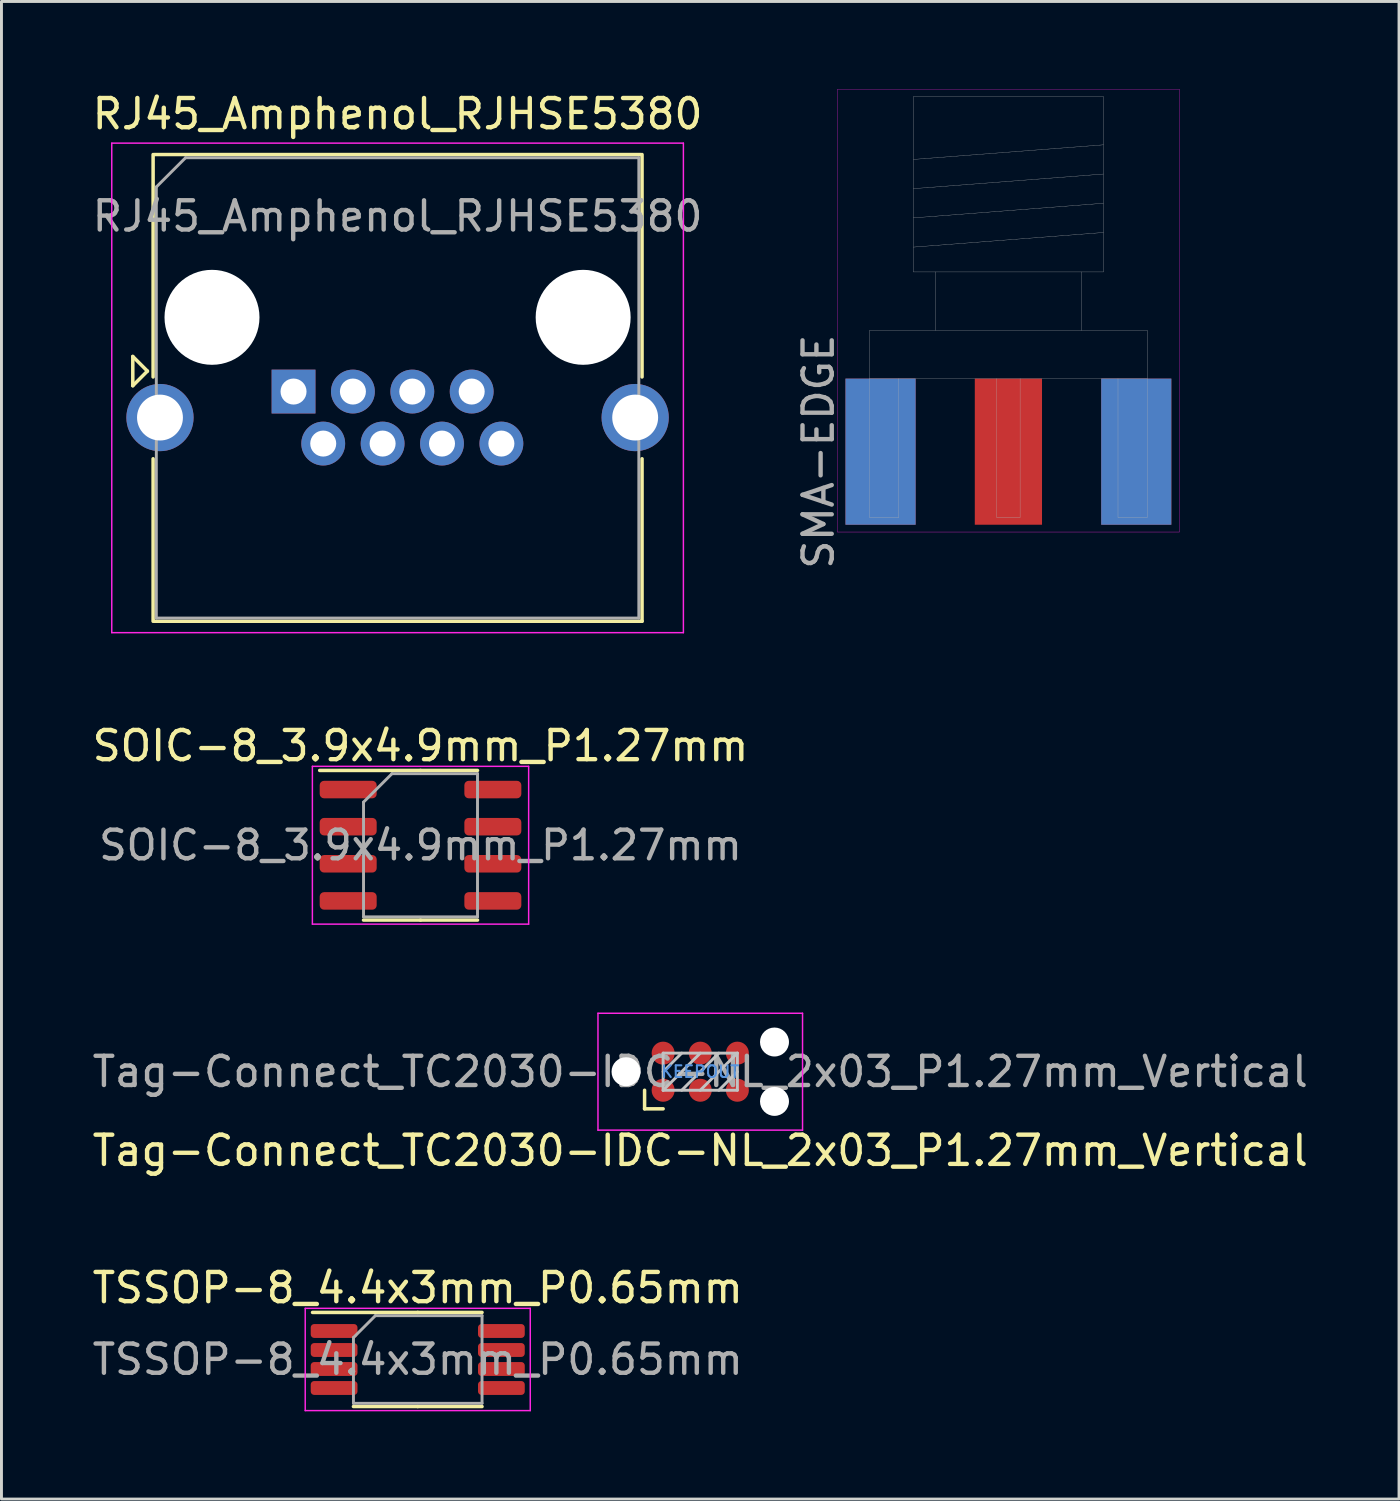
<source format=kicad_pcb>
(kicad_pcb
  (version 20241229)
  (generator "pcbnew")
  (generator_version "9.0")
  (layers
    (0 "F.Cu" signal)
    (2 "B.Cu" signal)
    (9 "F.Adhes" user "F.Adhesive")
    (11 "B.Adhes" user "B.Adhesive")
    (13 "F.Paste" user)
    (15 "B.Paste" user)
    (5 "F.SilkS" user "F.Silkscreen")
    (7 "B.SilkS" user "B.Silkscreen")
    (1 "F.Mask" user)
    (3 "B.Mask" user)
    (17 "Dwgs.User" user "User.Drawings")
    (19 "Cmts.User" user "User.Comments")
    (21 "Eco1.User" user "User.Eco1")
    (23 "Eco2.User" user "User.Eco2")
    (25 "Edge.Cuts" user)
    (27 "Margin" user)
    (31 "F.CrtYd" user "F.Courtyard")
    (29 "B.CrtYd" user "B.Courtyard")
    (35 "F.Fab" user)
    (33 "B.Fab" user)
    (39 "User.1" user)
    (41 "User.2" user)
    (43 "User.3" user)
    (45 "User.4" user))
  (footprint "SMA-EDGE"
    (layer "F.Cu")
    (at 31.455 12.405)
    (property "Reference" "SMA-EDGE" (at -6.5 0 90) (layer "F.Fab") (effects (font (size 1 1) (thickness 0.15))))
    (attr through_hole)
    (fp_line (start -5.85 -12.4) (end -5.85 2.75) (stroke (width 0.01) (type solid)) (layer "F.CrtYd"))
    (fp_line (start -5.85 2.75) (end 5.85 2.75) (stroke (width 0.01) (type solid)) (layer "F.CrtYd"))
    (fp_line (start 5.85 -12.4) (end -5.85 -12.4) (stroke (width 0.01) (type solid)) (layer "F.CrtYd"))
    (fp_line (start 5.85 2.75) (end 5.85 -12.4) (stroke (width 0.01) (type solid)) (layer "F.CrtYd"))
    (fp_line (start -4.75 -4.15) (end 4.75 -4.15) (stroke (width 0.01) (type solid)) (layer "F.Fab"))
    (fp_line (start -4.75 -2.5) (end -4.75 -4.15) (stroke (width 0.01) (type solid)) (layer "F.Fab"))
    (fp_line (start -4.75 -2.5) (end -4.75 2.25) (stroke (width 0.01) (type solid)) (layer "F.Fab"))
    (fp_line (start -4.75 -2.5) (end 4.75 -2.5) (stroke (width 0.01) (type solid)) (layer "F.Fab"))
    (fp_line (start -4.75 2.25) (end -3.75 2.25) (stroke (width 0.01) (type solid)) (layer "F.Fab"))
    (fp_line (start -3.75 2.25) (end -3.75 -2.5) (stroke (width 0.01) (type solid)) (layer "F.Fab"))
    (fp_line (start -3.25 -12.15) (end 3.25 -12.15) (stroke (width 0.01) (type solid)) (layer "F.Fab"))
    (fp_line (start -3.25 -6.15) (end -3.25 -12.15) (stroke (width 0.01) (type solid)) (layer "F.Fab"))
    (fp_line (start -2.5 -4.15) (end -2.5 -6.15) (stroke (width 0.01) (type solid)) (layer "F.Fab"))
    (fp_line (start -0.4 -2.5) (end -0.4 2.25) (stroke (width 0.01) (type solid)) (layer "F.Fab"))
    (fp_line (start -0.4 2.25) (end 0.4 2.25) (stroke (width 0.01) (type solid)) (layer "F.Fab"))
    (fp_line (start 0.4 2.25) (end 0.4 -2.5) (stroke (width 0.01) (type solid)) (layer "F.Fab"))
    (fp_line (start 2.5 -6.15) (end 2.5 -4.15) (stroke (width 0.01) (type solid)) (layer "F.Fab"))
    (fp_line (start 3.25 -12.15) (end 3.25 -6.15) (stroke (width 0.01) (type solid)) (layer "F.Fab"))
    (fp_line (start 3.25 -10.5) (end -3.25 -10) (stroke (width 0.01) (type solid)) (layer "F.Fab"))
    (fp_line (start 3.25 -9.5) (end -3.25 -9) (stroke (width 0.01) (type solid)) (layer "F.Fab"))
    (fp_line (start 3.25 -8.5) (end -3.25 -8) (stroke (width 0.01) (type solid)) (layer "F.Fab"))
    (fp_line (start 3.25 -7.5) (end -3.25 -7) (stroke (width 0.01) (type solid)) (layer "F.Fab"))
    (fp_line (start 3.25 -6.15) (end -3.25 -6.15) (stroke (width 0.01) (type solid)) (layer "F.Fab"))
    (fp_line (start 3.75 2.25) (end 3.75 -2.5) (stroke (width 0.01) (type solid)) (layer "F.Fab"))
    (fp_line (start 4.75 -4.15) (end 4.75 -2.5) (stroke (width 0.01) (type solid)) (layer "F.Fab"))
    (fp_line (start 4.75 -2.5) (end 4.75 2.25) (stroke (width 0.01) (type solid)) (layer "F.Fab"))
    (fp_line (start 4.75 2.25) (end 3.75 2.25) (stroke (width 0.01) (type solid)) (layer "F.Fab"))
    (pad "1" smd rect (at 0 0) (size 2.3 5) (layers "F.Cu" "F.Mask" "F.Paste"))
    (pad "2" smd rect (at -4.375 0) (size 2.4 5) (layers "F.Cu" "F.Mask" "F.Paste"))
    (pad "2" smd rect (at -4.375 0) (size 2.4 5) (layers "B.Cu" "B.Mask" "B.Paste"))
    (pad "2" smd rect (at 4.375 0) (size 2.4 5) (layers "F.Cu" "F.Mask" "F.Paste"))
    (pad "2" smd rect (at 4.375 0) (size 2.4 5) (layers "B.Cu" "B.Mask" "B.Paste")))
  (footprint "RJ45_Amphenol_RJHSE5380"
    (layer "F.Cu")
    (at 6.994 10.348)
    (property "Reference" "RJ45_Amphenol_RJHSE5380" (at 3.56 -9.5 0) (layer "F.SilkS") (effects (font (size 1 1) (thickness 0.15))))
    (attr through_hole)
    (fp_line (start -5.5 -1.2) (end -5 -0.7) (stroke (width 0.12) (type solid)) (layer "F.SilkS"))
    (fp_line (start -5.5 -0.2) (end -5.5 -1.2) (stroke (width 0.12) (type solid)) (layer "F.SilkS"))
    (fp_line (start -5 -0.7) (end -5.5 -0.2) (stroke (width 0.12) (type solid)) (layer "F.SilkS"))
    (fp_line (start -4.805 -8.11) (end -4.805 -0.5) (stroke (width 0.12) (type solid)) (layer "F.SilkS"))
    (fp_line (start -4.805 7.86) (end -4.805 2.3) (stroke (width 0.12) (type solid)) (layer "F.SilkS"))
    (fp_line (start -4.76 -8.11) (end 11.88 -8.11) (stroke (width 0.12) (type solid)) (layer "F.SilkS"))
    (fp_line (start -4.76 7.86) (end 11.925 7.86) (stroke (width 0.12) (type solid)) (layer "F.SilkS"))
    (fp_line (start 11.925 -8.11) (end 11.925 -0.5) (stroke (width 0.12) (type solid)) (layer "F.SilkS"))
    (fp_line (start 11.925 7.86) (end 11.925 2.3) (stroke (width 0.12) (type solid)) (layer "F.SilkS"))
    (fp_line (start -6.22 -8.5) (end -6.22 8.25) (stroke (width 0.05) (type solid)) (layer "F.CrtYd"))
    (fp_line (start -6.22 -8.5) (end 13.34 -8.5) (stroke (width 0.05) (type solid)) (layer "F.CrtYd"))
    (fp_line (start -6.22 8.25) (end 13.34 8.25) (stroke (width 0.05) (type solid)) (layer "F.CrtYd"))
    (fp_line (start 13.34 -8.5) (end 13.34 8.25) (stroke (width 0.05) (type solid)) (layer "F.CrtYd"))
    (fp_line (start -4.695 -7) (end -4.695 7.75) (stroke (width 0.1) (type solid)) (layer "F.Fab"))
    (fp_line (start -4.695 -7) (end -3.695 -8) (stroke (width 0.1) (type solid)) (layer "F.Fab"))
    (fp_line (start -4.695 7.75) (end 11.815 7.75) (stroke (width 0.1) (type solid)) (layer "F.Fab"))
    (fp_line (start -3.695 -8) (end 11.815 -8) (stroke (width 0.1) (type solid)) (layer "F.Fab"))
    (fp_line (start 11.815 -8) (end 11.815 7.75) (stroke (width 0.1) (type solid)) (layer "F.Fab"))
    (fp_text user "${REFERENCE}" (at 3.56 -6 0) (layer "F.Fab") (effects (font (size 1 1) (thickness 0.15))))
    (pad "" np_thru_hole circle (at -2.79 -2.54) (size 3.25 3.25) (drill 3.25) (layers "*.Cu" "*.Mask"))
    (pad "" np_thru_hole circle (at 9.91 -2.54) (size 3.25 3.25) (drill 3.25) (layers "*.Cu" "*.Mask"))
    (pad "1" thru_hole rect (at 0 0) (size 1.5 1.5) (drill 0.89) (layers "*.Cu" "*.Mask"))
    (pad "2" thru_hole circle (at 1.016 1.78) (size 1.5 1.5) (drill 0.89) (layers "*.Cu" "*.Mask"))
    (pad "3" thru_hole circle (at 2.032 0) (size 1.5 1.5) (drill 0.89) (layers "*.Cu" "*.Mask"))
    (pad "4" thru_hole circle (at 3.048 1.78) (size 1.5 1.5) (drill 0.89) (layers "*.Cu" "*.Mask"))
    (pad "5" thru_hole circle (at 4.064 0) (size 1.5 1.5) (drill 0.89) (layers "*.Cu" "*.Mask"))
    (pad "6" thru_hole circle (at 5.08 1.78) (size 1.5 1.5) (drill 0.89) (layers "*.Cu" "*.Mask"))
    (pad "7" thru_hole circle (at 6.096 0) (size 1.5 1.5) (drill 0.89) (layers "*.Cu" "*.Mask"))
    (pad "8" thru_hole circle (at 7.112 1.78) (size 1.5 1.5) (drill 0.89) (layers "*.Cu" "*.Mask"))
    (pad "SH" thru_hole circle (at -4.57 0.89) (size 2.3 2.3) (drill 1.57) (layers "*.Cu" "*.Mask"))
    (pad "SH" thru_hole circle (at 11.69 0.89) (size 2.3 2.3) (drill 1.57) (layers "*.Cu" "*.Mask")))
  (footprint "Tag-Connect_TC2030-IDC-NL_2x03_P1.27mm_Vertical"
    (layer "F.Cu")
    (at 20.911 33.621)
    (property "Reference" "Tag-Connect_TC2030-IDC-NL_2x03_P1.27mm_Vertical" (at 0 2.7 0) (layer "F.SilkS") (effects (font (size 1 1) (thickness 0.15))))
    (attr exclude_from_pos_files exclude_from_bom)
    (fp_line (start -1.905 1.27) (end -1.905 0.635) (stroke (width 0.12) (type solid)) (layer "F.SilkS"))
    (fp_line (start -1.27 1.27) (end -1.905 1.27) (stroke (width 0.12) (type solid)) (layer "F.SilkS"))
    (fp_line (start -1.27 -0.635) (end 1.27 -0.635) (stroke (width 0.1) (type solid)) (layer "Dwgs.User"))
    (fp_line (start -1.27 0) (end -0.635 -0.635) (stroke (width 0.1) (type solid)) (layer "Dwgs.User"))
    (fp_line (start -1.27 0.635) (end -1.27 -0.635) (stroke (width 0.1) (type solid)) (layer "Dwgs.User"))
    (fp_line (start -1.27 0.635) (end 0 -0.635) (stroke (width 0.1) (type solid)) (layer "Dwgs.User"))
    (fp_line (start -0.635 0.635) (end 0.635 -0.635) (stroke (width 0.1) (type solid)) (layer "Dwgs.User"))
    (fp_line (start 0 0.635) (end 1.27 -0.635) (stroke (width 0.1) (type solid)) (layer "Dwgs.User"))
    (fp_line (start 0.635 0.635) (end 1.27 0) (stroke (width 0.1) (type solid)) (layer "Dwgs.User"))
    (fp_line (start 1.27 -0.635) (end 1.27 0.635) (stroke (width 0.1) (type solid)) (layer "Dwgs.User"))
    (fp_line (start 1.27 0.635) (end -1.27 0.635) (stroke (width 0.1) (type solid)) (layer "Dwgs.User"))
    (fp_line (start -3.5 -2) (end 3.5 -2) (stroke (width 0.05) (type solid)) (layer "F.CrtYd"))
    (fp_line (start -3.5 2) (end -3.5 -2) (stroke (width 0.05) (type solid)) (layer "F.CrtYd"))
    (fp_line (start 3.5 -2) (end 3.5 2) (stroke (width 0.05) (type solid)) (layer "F.CrtYd"))
    (fp_line (start 3.5 2) (end -3.5 2) (stroke (width 0.05) (type solid)) (layer "F.CrtYd"))
    (fp_text user "KEEPOUT" (at 0 0 0) (layer "Cmts.User") (effects (font (size 0.4 0.4) (thickness 0.07))))
    (fp_text user "${REFERENCE}" (at 0 0 0) (layer "F.Fab") (effects (font (size 1 1) (thickness 0.15))))
    (pad "" np_thru_hole circle (at -2.54 0) (size 0.991 0.991) (drill 0.991) (layers "*.Cu" "*.Mask"))
    (pad "" np_thru_hole circle (at 2.54 -1.016) (size 0.991 0.991) (drill 0.991) (layers "*.Cu" "*.Mask"))
    (pad "" np_thru_hole circle (at 2.54 1.016) (size 0.991 0.991) (drill 0.991) (layers "*.Cu" "*.Mask"))
    (pad "1" connect circle (at -1.27 0.635) (size 0.787 0.787) (layers "F.Cu" "F.Mask"))
    (pad "2" connect circle (at -1.27 -0.635) (size 0.787 0.787) (layers "F.Cu" "F.Mask"))
    (pad "3" connect circle (at 0 0.635) (size 0.787 0.787) (layers "F.Cu" "F.Mask"))
    (pad "4" connect circle (at 0 -0.635) (size 0.787 0.787) (layers "F.Cu" "F.Mask"))
    (pad "5" connect circle (at 1.27 0.635) (size 0.787 0.787) (layers "F.Cu" "F.Mask"))
    (pad "6" connect circle (at 1.27 -0.635) (size 0.787 0.787) (layers "F.Cu" "F.Mask")))
  (footprint "TSSOP-8_4.4x3mm_P0.65mm"
    (layer "F.Cu")
    (at 11.244 43.468)
    (property "Reference" "TSSOP-8_4.4x3mm_P0.65mm" (at 0 -2.45 0) (layer "F.SilkS") (effects (font (size 1 1) (thickness 0.15))))
    (attr smd)
    (fp_line (start 0 -1.61) (end -3.6 -1.61) (stroke (width 0.12) (type solid)) (layer "F.SilkS"))
    (fp_line (start 0 -1.61) (end 2.2 -1.61) (stroke (width 0.12) (type solid)) (layer "F.SilkS"))
    (fp_line (start 0 1.61) (end -2.2 1.61) (stroke (width 0.12) (type solid)) (layer "F.SilkS"))
    (fp_line (start 0 1.61) (end 2.2 1.61) (stroke (width 0.12) (type solid)) (layer "F.SilkS"))
    (fp_line (start -3.85 -1.75) (end -3.85 1.75) (stroke (width 0.05) (type solid)) (layer "F.CrtYd"))
    (fp_line (start -3.85 1.75) (end 3.85 1.75) (stroke (width 0.05) (type solid)) (layer "F.CrtYd"))
    (fp_line (start 3.85 -1.75) (end -3.85 -1.75) (stroke (width 0.05) (type solid)) (layer "F.CrtYd"))
    (fp_line (start 3.85 1.75) (end 3.85 -1.75) (stroke (width 0.05) (type solid)) (layer "F.CrtYd"))
    (fp_line (start -2.2 -0.75) (end -1.45 -1.5) (stroke (width 0.1) (type solid)) (layer "F.Fab"))
    (fp_line (start -2.2 1.5) (end -2.2 -0.75) (stroke (width 0.1) (type solid)) (layer "F.Fab"))
    (fp_line (start -1.45 -1.5) (end 2.2 -1.5) (stroke (width 0.1) (type solid)) (layer "F.Fab"))
    (fp_line (start 2.2 -1.5) (end 2.2 1.5) (stroke (width 0.1) (type solid)) (layer "F.Fab"))
    (fp_line (start 2.2 1.5) (end -2.2 1.5) (stroke (width 0.1) (type solid)) (layer "F.Fab"))
    (fp_text user "${REFERENCE}" (at 0 0 0) (layer "F.Fab") (effects (font (size 1 1) (thickness 0.15))))
    (pad "1" smd roundrect (at -2.862 -0.975) (size 1.6 0.475) (layers "F.Cu" "F.Mask" "F.Paste") (roundrect_rratio 0.25))
    (pad "2" smd roundrect (at -2.862 -0.325) (size 1.6 0.475) (layers "F.Cu" "F.Mask" "F.Paste") (roundrect_rratio 0.25))
    (pad "3" smd roundrect (at -2.862 0.325) (size 1.6 0.475) (layers "F.Cu" "F.Mask" "F.Paste") (roundrect_rratio 0.25))
    (pad "4" smd roundrect (at -2.862 0.975) (size 1.6 0.475) (layers "F.Cu" "F.Mask" "F.Paste") (roundrect_rratio 0.25))
    (pad "5" smd roundrect (at 2.862 0.975) (size 1.6 0.475) (layers "F.Cu" "F.Mask" "F.Paste") (roundrect_rratio 0.25))
    (pad "6" smd roundrect (at 2.862 0.325) (size 1.6 0.475) (layers "F.Cu" "F.Mask" "F.Paste") (roundrect_rratio 0.25))
    (pad "7" smd roundrect (at 2.862 -0.325) (size 1.6 0.475) (layers "F.Cu" "F.Mask" "F.Paste") (roundrect_rratio 0.25))
    (pad "8" smd roundrect (at 2.862 -0.975) (size 1.6 0.475) (layers "F.Cu" "F.Mask" "F.Paste") (roundrect_rratio 0.25)))
  (footprint "SOIC-8_3.9x4.9mm_P1.27mm"
    (layer "F.Cu")
    (at 11.339 25.872)
    (property "Reference" "SOIC-8_3.9x4.9mm_P1.27mm" (at 0 -3.4 0) (layer "F.SilkS") (effects (font (size 1 1) (thickness 0.15))))
    (attr smd)
    (fp_line (start 0 -2.56) (end -3.45 -2.56) (stroke (width 0.12) (type solid)) (layer "F.SilkS"))
    (fp_line (start 0 -2.56) (end 1.95 -2.56) (stroke (width 0.12) (type solid)) (layer "F.SilkS"))
    (fp_line (start 0 2.56) (end -1.95 2.56) (stroke (width 0.12) (type solid)) (layer "F.SilkS"))
    (fp_line (start 0 2.56) (end 1.95 2.56) (stroke (width 0.12) (type solid)) (layer "F.SilkS"))
    (fp_line (start -3.7 -2.7) (end -3.7 2.7) (stroke (width 0.05) (type solid)) (layer "F.CrtYd"))
    (fp_line (start -3.7 2.7) (end 3.7 2.7) (stroke (width 0.05) (type solid)) (layer "F.CrtYd"))
    (fp_line (start 3.7 -2.7) (end -3.7 -2.7) (stroke (width 0.05) (type solid)) (layer "F.CrtYd"))
    (fp_line (start 3.7 2.7) (end 3.7 -2.7) (stroke (width 0.05) (type solid)) (layer "F.CrtYd"))
    (fp_line (start -1.95 -1.475) (end -0.975 -2.45) (stroke (width 0.1) (type solid)) (layer "F.Fab"))
    (fp_line (start -1.95 2.45) (end -1.95 -1.475) (stroke (width 0.1) (type solid)) (layer "F.Fab"))
    (fp_line (start -0.975 -2.45) (end 1.95 -2.45) (stroke (width 0.1) (type solid)) (layer "F.Fab"))
    (fp_line (start 1.95 -2.45) (end 1.95 2.45) (stroke (width 0.1) (type solid)) (layer "F.Fab"))
    (fp_line (start 1.95 2.45) (end -1.95 2.45) (stroke (width 0.1) (type solid)) (layer "F.Fab"))
    (fp_text user "${REFERENCE}" (at 0 0 0) (layer "F.Fab") (effects (font (size 0.98 0.98) (thickness 0.15))))
    (pad "1" smd roundrect (at -2.475 -1.905) (size 1.95 0.6) (layers "F.Cu" "F.Mask" "F.Paste") (roundrect_rratio 0.25))
    (pad "2" smd roundrect (at -2.475 -0.635) (size 1.95 0.6) (layers "F.Cu" "F.Mask" "F.Paste") (roundrect_rratio 0.25))
    (pad "3" smd roundrect (at -2.475 0.635) (size 1.95 0.6) (layers "F.Cu" "F.Mask" "F.Paste") (roundrect_rratio 0.25))
    (pad "4" smd roundrect (at -2.475 1.905) (size 1.95 0.6) (layers "F.Cu" "F.Mask" "F.Paste") (roundrect_rratio 0.25))
    (pad "5" smd roundrect (at 2.475 1.905) (size 1.95 0.6) (layers "F.Cu" "F.Mask" "F.Paste") (roundrect_rratio 0.25))
    (pad "6" smd roundrect (at 2.475 0.635) (size 1.95 0.6) (layers "F.Cu" "F.Mask" "F.Paste") (roundrect_rratio 0.25))
    (pad "7" smd roundrect (at 2.475 -0.635) (size 1.95 0.6) (layers "F.Cu" "F.Mask" "F.Paste") (roundrect_rratio 0.25))
    (pad "8" smd roundrect (at 2.475 -1.905) (size 1.95 0.6) (layers "F.Cu" "F.Mask" "F.Paste") (roundrect_rratio 0.25)))
  (gr_rect
    (start -3 -3)
    (end 44.821 48.243)
    (stroke (width 0.1) (type default))
    (fill no)
    (layer "Edge.Cuts")))
</source>
